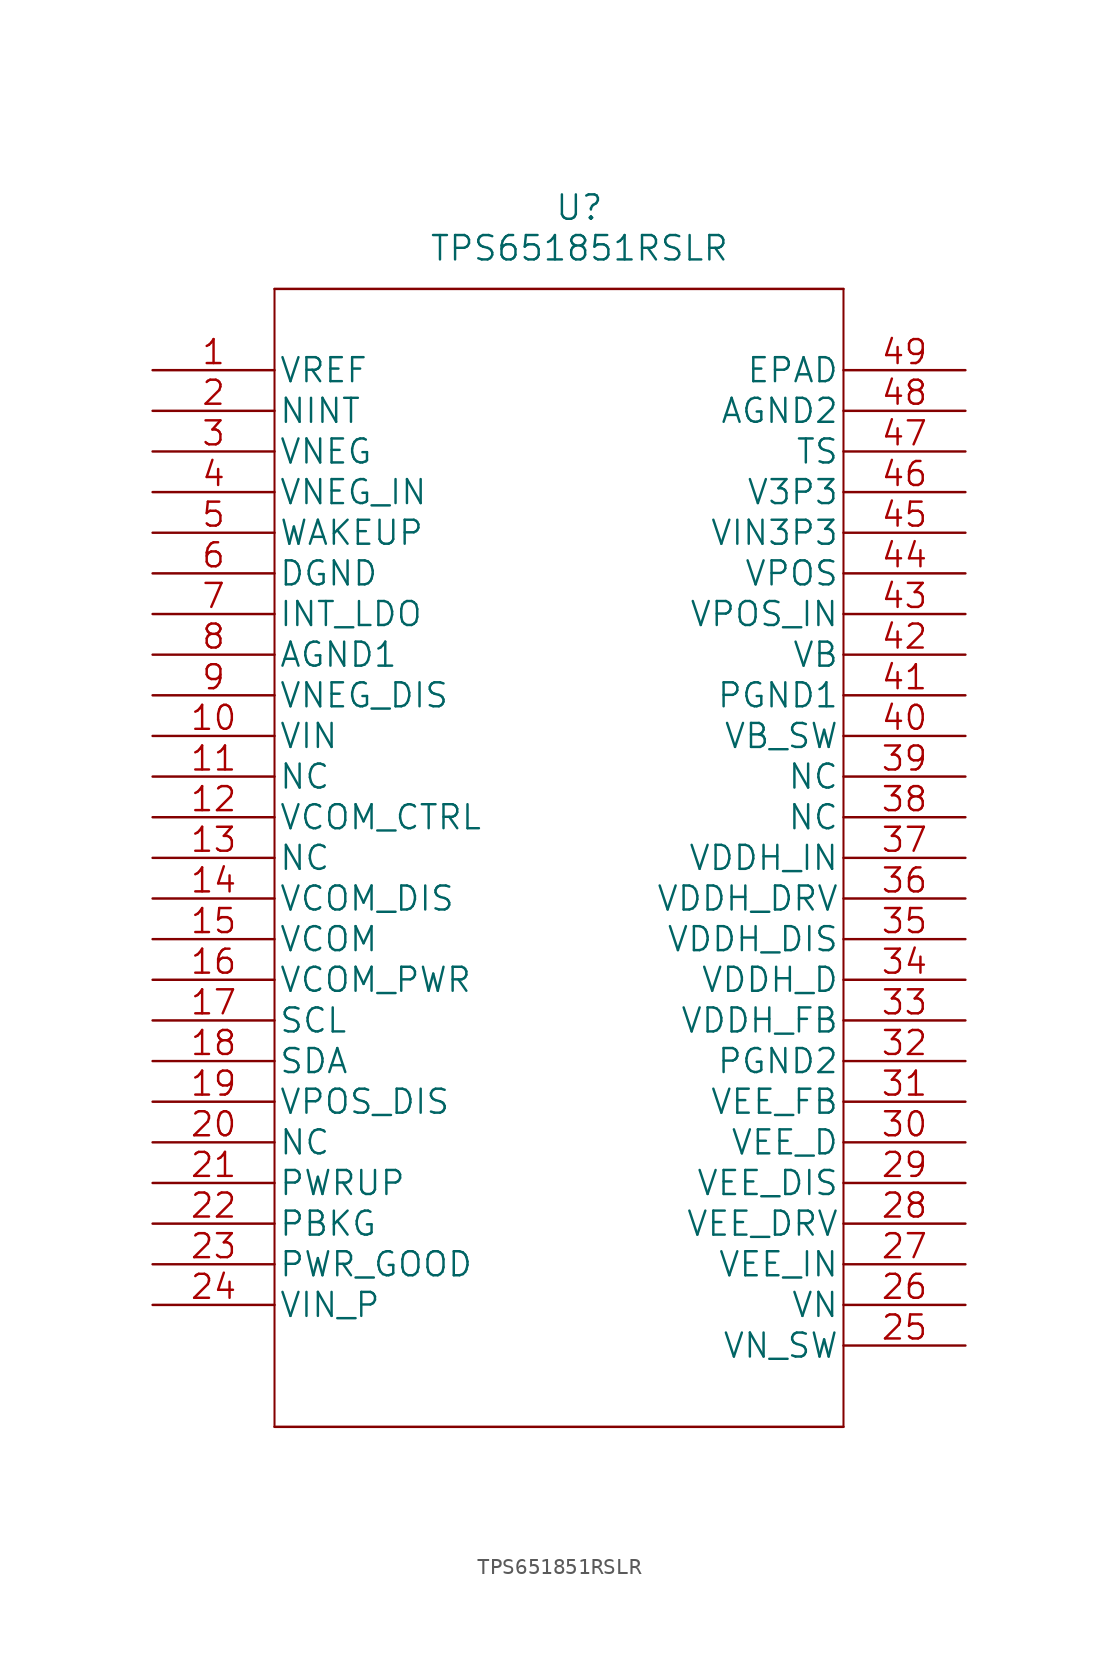
<source format=kicad_sym>
(kicad_symbol_lib
  (version 20220914)
  (generator kicad_symbol_editor)
  (symbol "TPS651851RSLR"
    (pin_names
      (offset 0.254))
    (property "Reference" "U"
      (at 26.67 10.16 0)
      (effects (font (size 1.524 1.524))))
    (property "Value" "TPS651851RSLR"
      (at 26.67 7.62 0)
      (effects (font (size 1.524 1.524))))
    (property "Datasheet" ""
      (at 0 0 0)
      (effects (font (size 1.524 1.524))))
    (property "ki_locked" ""
      (at 0 0 0)
      (effects (font (size 1.27 1.27))))
    (symbol "TPS651851RSLR_1_1"
      (polyline (pts (xy 7.62 5.08) (xy 7.62 -66.04)) (stroke (width 0.127) (type solid)) (fill (type none)))
      (polyline (pts (xy 43.18 -66.04) (xy 43.18 5.08)) (stroke (width 0.127) (type solid)) (fill (type none)))
      (polyline (pts (xy 43.18 5.08) (xy 7.62 5.08)) (stroke (width 0) (type solid)) (fill (type none)))
      (rectangle (start 7.62 -66.04) (end 43.18 -66.04) (stroke (width 0) (type solid)) (fill (type none)))
      (pin output line (at 0 0 0) (length 7.62) (name "VREF" (effects (font (size 1.499 1.499)))) (number "1" (effects (font (size 1.499 1.499)))))
      (pin input line (at 0 -22.86 0) (length 7.62) (name "VIN" (effects (font (size 1.499 1.499)))) (number "10" (effects (font (size 1.499 1.499)))))
      (pin unspecified line (at 0 -25.4 0) (length 7.62) (name "NC" (effects (font (size 1.499 1.499)))) (number "11" (effects (font (size 1.499 1.499)))))
      (pin input line (at 0 -27.94 0) (length 7.62) (name "VCOM_CTRL" (effects (font (size 1.499 1.499)))) (number "12" (effects (font (size 1.499 1.499)))))
      (pin unspecified line (at 0 -30.48 0) (length 7.62) (name "NC" (effects (font (size 1.499 1.499)))) (number "13" (effects (font (size 1.499 1.499)))))
      (pin power_in line (at 0 -33.02 0) (length 7.62) (name "VCOM_DIS" (effects (font (size 1.499 1.499)))) (number "14" (effects (font (size 1.499 1.499)))))
      (pin power_out line (at 0 -35.56 0) (length 7.62) (name "VCOM" (effects (font (size 1.499 1.499)))) (number "15" (effects (font (size 1.499 1.499)))))
      (pin input line (at 0 -38.1 0) (length 7.62) (name "VCOM_PWR" (effects (font (size 1.499 1.499)))) (number "16" (effects (font (size 1.499 1.499)))))
      (pin input line (at 0 -40.64 0) (length 7.62) (name "SCL" (effects (font (size 1.499 1.499)))) (number "17" (effects (font (size 1.499 1.499)))))
      (pin bidirectional line (at 0 -43.18 0) (length 7.62) (name "SDA" (effects (font (size 1.499 1.499)))) (number "18" (effects (font (size 1.499 1.499)))))
      (pin power_in line (at 0 -45.72 0) (length 7.62) (name "VPOS_DIS" (effects (font (size 1.499 1.499)))) (number "19" (effects (font (size 1.499 1.499)))))
      (pin output line (at 0 -2.54 0) (length 7.62) (name "NINT" (effects (font (size 1.499 1.499)))) (number "2" (effects (font (size 1.499 1.499)))))
      (pin unspecified line (at 0 -48.26 0) (length 7.62) (name "NC" (effects (font (size 1.499 1.499)))) (number "20" (effects (font (size 1.499 1.499)))))
      (pin input line (at 0 -50.8 0) (length 7.62) (name "PWRUP" (effects (font (size 1.499 1.499)))) (number "21" (effects (font (size 1.499 1.499)))))
      (pin passive line (at 0 -53.34 0) (length 7.62) (name "PBKG" (effects (font (size 1.499 1.499)))) (number "22" (effects (font (size 1.499 1.499)))))
      (pin output line (at 0 -55.88 0) (length 7.62) (name "PWR_GOOD" (effects (font (size 1.499 1.499)))) (number "23" (effects (font (size 1.499 1.499)))))
      (pin input line (at 0 -58.42 0) (length 7.62) (name "VIN_P" (effects (font (size 1.499 1.499)))) (number "24" (effects (font (size 1.499 1.499)))))
      (pin output line (at 50.8 -60.96 180) (length 7.62) (name "VN_SW" (effects (font (size 1.499 1.499)))) (number "25" (effects (font (size 1.499 1.499)))))
      (pin input line (at 50.8 -58.42 180) (length 7.62) (name "VN" (effects (font (size 1.499 1.499)))) (number "26" (effects (font (size 1.499 1.499)))))
      (pin input line (at 50.8 -55.88 180) (length 7.62) (name "VEE_IN" (effects (font (size 1.499 1.499)))) (number "27" (effects (font (size 1.499 1.499)))))
      (pin output line (at 50.8 -53.34 180) (length 7.62) (name "VEE_DRV" (effects (font (size 1.499 1.499)))) (number "28" (effects (font (size 1.499 1.499)))))
      (pin input line (at 50.8 -50.8 180) (length 7.62) (name "VEE_DIS" (effects (font (size 1.499 1.499)))) (number "29" (effects (font (size 1.499 1.499)))))
      (pin power_out line (at 0 -5.08 0) (length 7.62) (name "VNEG" (effects (font (size 1.499 1.499)))) (number "3" (effects (font (size 1.499 1.499)))))
      (pin output line (at 50.8 -48.26 180) (length 7.62) (name "VEE_D" (effects (font (size 1.499 1.499)))) (number "30" (effects (font (size 1.499 1.499)))))
      (pin input line (at 50.8 -45.72 180) (length 7.62) (name "VEE_FB" (effects (font (size 1.499 1.499)))) (number "31" (effects (font (size 1.499 1.499)))))
      (pin power_in line (at 50.8 -43.18 180) (length 7.62) (name "PGND2" (effects (font (size 1.499 1.499)))) (number "32" (effects (font (size 1.499 1.499)))))
      (pin input line (at 50.8 -40.64 180) (length 7.62) (name "VDDH_FB" (effects (font (size 1.499 1.499)))) (number "33" (effects (font (size 1.499 1.499)))))
      (pin output line (at 50.8 -38.1 180) (length 7.62) (name "VDDH_D" (effects (font (size 1.499 1.499)))) (number "34" (effects (font (size 1.499 1.499)))))
      (pin input line (at 50.8 -35.56 180) (length 7.62) (name "VDDH_DIS" (effects (font (size 1.499 1.499)))) (number "35" (effects (font (size 1.499 1.499)))))
      (pin output line (at 50.8 -33.02 180) (length 7.62) (name "VDDH_DRV" (effects (font (size 1.499 1.499)))) (number "36" (effects (font (size 1.499 1.499)))))
      (pin input line (at 50.8 -30.48 180) (length 7.62) (name "VDDH_IN" (effects (font (size 1.499 1.499)))) (number "37" (effects (font (size 1.499 1.499)))))
      (pin unspecified line (at 50.8 -27.94 180) (length 7.62) (name "NC" (effects (font (size 1.499 1.499)))) (number "38" (effects (font (size 1.499 1.499)))))
      (pin unspecified line (at 50.8 -25.4 180) (length 7.62) (name "NC" (effects (font (size 1.499 1.499)))) (number "39" (effects (font (size 1.499 1.499)))))
      (pin input line (at 0 -7.62 0) (length 7.62) (name "VNEG_IN" (effects (font (size 1.499 1.499)))) (number "4" (effects (font (size 1.499 1.499)))))
      (pin output line (at 50.8 -22.86 180) (length 7.62) (name "VB_SW" (effects (font (size 1.499 1.499)))) (number "40" (effects (font (size 1.499 1.499)))))
      (pin power_in line (at 50.8 -20.32 180) (length 7.62) (name "PGND1" (effects (font (size 1.499 1.499)))) (number "41" (effects (font (size 1.499 1.499)))))
      (pin input line (at 50.8 -17.78 180) (length 7.62) (name "VB" (effects (font (size 1.499 1.499)))) (number "42" (effects (font (size 1.499 1.499)))))
      (pin input line (at 50.8 -15.24 180) (length 7.62) (name "VPOS_IN" (effects (font (size 1.499 1.499)))) (number "43" (effects (font (size 1.499 1.499)))))
      (pin power_out line (at 50.8 -12.7 180) (length 7.62) (name "VPOS" (effects (font (size 1.499 1.499)))) (number "44" (effects (font (size 1.499 1.499)))))
      (pin input line (at 50.8 -10.16 180) (length 7.62) (name "VIN3P3" (effects (font (size 1.499 1.499)))) (number "45" (effects (font (size 1.499 1.499)))))
      (pin output line (at 50.8 -7.62 180) (length 7.62) (name "V3P3" (effects (font (size 1.499 1.499)))) (number "46" (effects (font (size 1.499 1.499)))))
      (pin input line (at 50.8 -5.08 180) (length 7.62) (name "TS" (effects (font (size 1.499 1.499)))) (number "47" (effects (font (size 1.499 1.499)))))
      (pin power_in line (at 50.8 -2.54 180) (length 7.62) (name "AGND2" (effects (font (size 1.499 1.499)))) (number "48" (effects (font (size 1.499 1.499)))))
      (pin passive line (at 50.8 0 180) (length 7.62) (name "EPAD" (effects (font (size 1.499 1.499)))) (number "49" (effects (font (size 1.499 1.499)))))
      (pin input line (at 0 -10.16 0) (length 7.62) (name "WAKEUP" (effects (font (size 1.499 1.499)))) (number "5" (effects (font (size 1.499 1.499)))))
      (pin power_in line (at 0 -12.7 0) (length 7.62) (name "DGND" (effects (font (size 1.499 1.499)))) (number "6" (effects (font (size 1.499 1.499)))))
      (pin output line (at 0 -15.24 0) (length 7.62) (name "INT_LDO" (effects (font (size 1.499 1.499)))) (number "7" (effects (font (size 1.499 1.499)))))
      (pin power_in line (at 0 -17.78 0) (length 7.62) (name "AGND1" (effects (font (size 1.499 1.499)))) (number "8" (effects (font (size 1.499 1.499)))))
      (pin power_in line (at 0 -20.32 0) (length 7.62) (name "VNEG_DIS" (effects (font (size 1.499 1.499)))) (number "9" (effects (font (size 1.499 1.499))))))))
</source>
